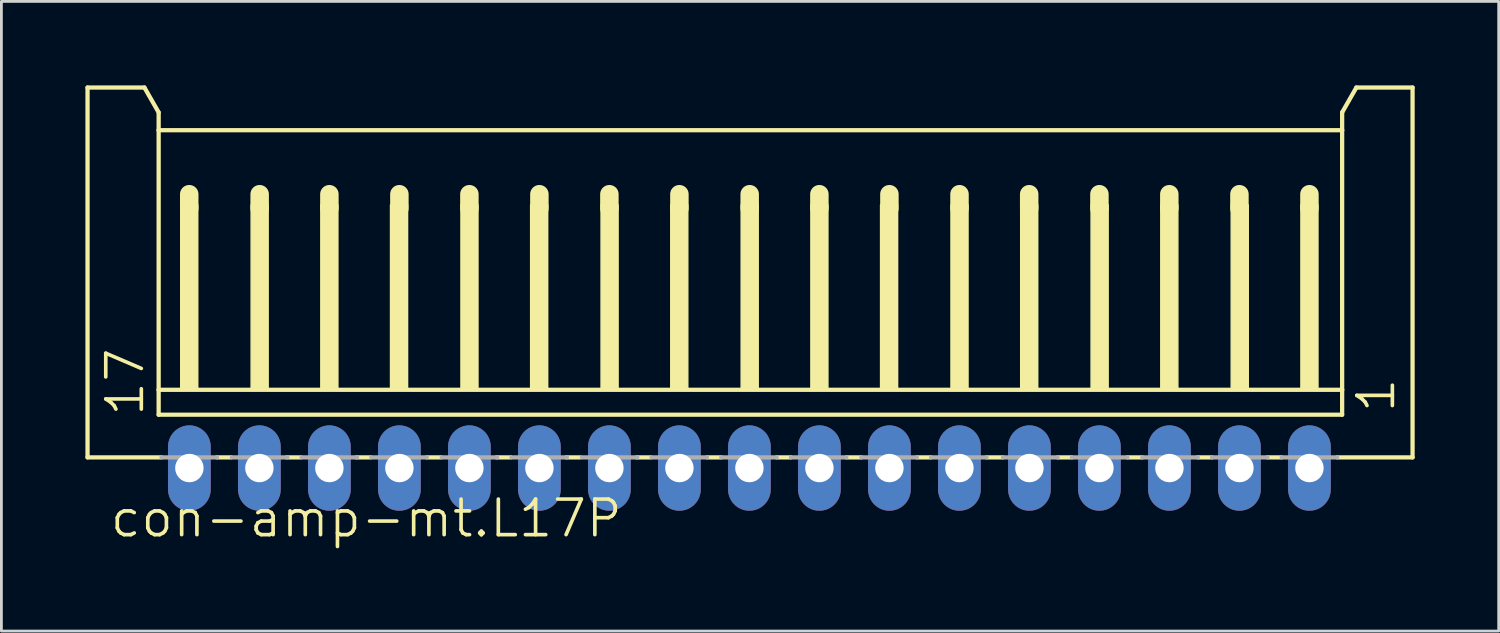
<source format=kicad_pcb>
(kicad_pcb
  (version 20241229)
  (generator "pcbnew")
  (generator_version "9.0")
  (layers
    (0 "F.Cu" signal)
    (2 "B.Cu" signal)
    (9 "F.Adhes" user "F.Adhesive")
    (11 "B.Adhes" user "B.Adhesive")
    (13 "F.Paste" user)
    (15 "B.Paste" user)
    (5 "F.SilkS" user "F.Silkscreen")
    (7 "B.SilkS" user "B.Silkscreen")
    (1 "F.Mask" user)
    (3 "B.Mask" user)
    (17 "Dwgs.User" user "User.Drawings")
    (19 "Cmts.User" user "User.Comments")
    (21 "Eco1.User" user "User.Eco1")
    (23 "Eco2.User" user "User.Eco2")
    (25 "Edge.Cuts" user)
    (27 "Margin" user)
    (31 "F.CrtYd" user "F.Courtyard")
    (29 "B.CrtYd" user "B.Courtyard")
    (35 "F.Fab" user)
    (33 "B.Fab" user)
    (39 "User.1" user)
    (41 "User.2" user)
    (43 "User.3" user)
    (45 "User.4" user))
  (footprint "con-amp-mt.L17P"
    (layer "F.Cu")
    (at 23.713 7.415)
    (property "Reference" "con-amp-mt.L17P" (at -22.901 8.79 0) (layer "F.SilkS") (effects (font (size 1.27 1.27) (thickness 0.13)) (justify left bottom)))
    (attr through_hole)
    (fp_line (start -23.637 -7.339) (end -21.605 -7.339) (stroke (width 0.152) (type default)) (layer "F.SilkS"))
    (fp_line (start -23.637 5.869) (end -23.637 -7.339) (stroke (width 0.152) (type default)) (layer "F.SilkS"))
    (fp_line (start -21.605 -7.339) (end -21.097 -6.45) (stroke (width 0.152) (type default)) (layer "F.SilkS"))
    (fp_line (start -21.097 -6.45) (end -21.097 -5.815) (stroke (width 0.152) (type default)) (layer "F.SilkS"))
    (fp_line (start -21.097 -5.815) (end -21.097 3.456) (stroke (width 0.152) (type default)) (layer "F.SilkS"))
    (fp_line (start -21.097 3.456) (end -21.097 4.345) (stroke (width 0.152) (type default)) (layer "F.SilkS"))
    (fp_line (start -20.996 5.869) (end -23.637 5.869) (stroke (width 0.152) (type default)) (layer "F.SilkS"))
    (fp_line (start -20.005 -3.529) (end -20.005 -3.021) (stroke (width 0.66) (type default)) (layer "F.SilkS"))
    (fp_line (start -18.506 5.869) (end -19.014 5.869) (stroke (width 0.152) (type default)) (layer "F.SilkS"))
    (fp_line (start -17.49 -3.529) (end -17.49 -3.021) (stroke (width 0.66) (type default)) (layer "F.SilkS"))
    (fp_line (start -16.017 5.869) (end -16.525 5.869) (stroke (width 0.152) (type default)) (layer "F.SilkS"))
    (fp_line (start -15 -3.529) (end -15 -3.021) (stroke (width 0.66) (type default)) (layer "F.SilkS"))
    (fp_line (start -13.528 5.869) (end -14.036 5.869) (stroke (width 0.152) (type default)) (layer "F.SilkS"))
    (fp_line (start -12.5 -3.529) (end -12.5 -3.021) (stroke (width 0.66) (type default)) (layer "F.SilkS"))
    (fp_line (start -11.013 5.869) (end -11.521 5.869) (stroke (width 0.152) (type default)) (layer "F.SilkS"))
    (fp_line (start -10 -3.529) (end -10 -3.021) (stroke (width 0.66) (type default)) (layer "F.SilkS"))
    (fp_line (start -8.524 5.869) (end -9.032 5.869) (stroke (width 0.152) (type default)) (layer "F.SilkS"))
    (fp_line (start -7.5 -3.529) (end -7.5 -3.021) (stroke (width 0.66) (type default)) (layer "F.SilkS"))
    (fp_line (start -6.035 5.869) (end -6.543 5.869) (stroke (width 0.152) (type default)) (layer "F.SilkS"))
    (fp_line (start -5 -3.529) (end -5 -3.021) (stroke (width 0.66) (type default)) (layer "F.SilkS"))
    (fp_line (start -3.52 5.869) (end -4.028 5.869) (stroke (width 0.152) (type default)) (layer "F.SilkS"))
    (fp_line (start -2.5 -3.529) (end -2.5 -3.021) (stroke (width 0.66) (type default)) (layer "F.SilkS"))
    (fp_line (start -1.006 5.869) (end -1.514 5.869) (stroke (width 0.152) (type default)) (layer "F.SilkS"))
    (fp_line (start 0.01 -3.529) (end 0.01 -3.021) (stroke (width 0.66) (type default)) (layer "F.SilkS"))
    (fp_line (start 1.483 5.869) (end 0.975 5.869) (stroke (width 0.152) (type default)) (layer "F.SilkS"))
    (fp_line (start 2.499 -3.529) (end 2.499 -3.021) (stroke (width 0.66) (type default)) (layer "F.SilkS"))
    (fp_line (start 3.998 5.869) (end 3.465 5.869) (stroke (width 0.152) (type default)) (layer "F.SilkS"))
    (fp_line (start 5 -3.529) (end 5 -3.021) (stroke (width 0.66) (type default)) (layer "F.SilkS"))
    (fp_line (start 6.487 5.869) (end 5.979 5.869) (stroke (width 0.152) (type default)) (layer "F.SilkS"))
    (fp_line (start 7.503 -3.529) (end 7.503 -3.021) (stroke (width 0.66) (type default)) (layer "F.SilkS"))
    (fp_line (start 9.053 5.869) (end 8.468 5.869) (stroke (width 0.152) (type default)) (layer "F.SilkS"))
    (fp_line (start 9.992 -3.529) (end 9.992 -3.021) (stroke (width 0.66) (type default)) (layer "F.SilkS"))
    (fp_line (start 11.516 5.869) (end 11.008 5.869) (stroke (width 0.152) (type default)) (layer "F.SilkS"))
    (fp_line (start 12.5 -3.529) (end 12.5 -3.021) (stroke (width 0.66) (type default)) (layer "F.SilkS"))
    (fp_line (start 14.031 5.869) (end 13.498 5.869) (stroke (width 0.152) (type default)) (layer "F.SilkS"))
    (fp_line (start 14.996 -3.529) (end 14.996 -3.021) (stroke (width 0.66) (type default)) (layer "F.SilkS"))
    (fp_line (start 16.52 5.869) (end 16.012 5.869) (stroke (width 0.152) (type default)) (layer "F.SilkS"))
    (fp_line (start 17.5 -3.529) (end 17.5 -3.021) (stroke (width 0.66) (type default)) (layer "F.SilkS"))
    (fp_line (start 19.009 5.869) (end 18.501 5.869) (stroke (width 0.152) (type default)) (layer "F.SilkS"))
    (fp_line (start 20 -3.529) (end 20 -3.021) (stroke (width 0.66) (type default)) (layer "F.SilkS"))
    (fp_line (start 21.168 -6.45) (end 21.168 -5.815) (stroke (width 0.152) (type default)) (layer "F.SilkS"))
    (fp_line (start 21.168 -6.45) (end 21.676 -7.339) (stroke (width 0.152) (type default)) (layer "F.SilkS"))
    (fp_line (start 21.168 -5.815) (end -21.097 -5.815) (stroke (width 0.152) (type default)) (layer "F.SilkS"))
    (fp_line (start 21.168 -5.815) (end 21.168 3.456) (stroke (width 0.152) (type default)) (layer "F.SilkS"))
    (fp_line (start 21.168 3.456) (end -21.097 3.456) (stroke (width 0.152) (type default)) (layer "F.SilkS"))
    (fp_line (start 21.168 3.456) (end 21.168 4.345) (stroke (width 0.152) (type default)) (layer "F.SilkS"))
    (fp_line (start 21.168 4.345) (end -21.097 4.345) (stroke (width 0.152) (type default)) (layer "F.SilkS"))
    (fp_line (start 23.683 -7.339) (end 21.676 -7.339) (stroke (width 0.152) (type default)) (layer "F.SilkS"))
    (fp_line (start 23.683 5.869) (end 20.991 5.869) (stroke (width 0.152) (type default)) (layer "F.SilkS"))
    (fp_line (start 23.683 5.869) (end 23.683 -7.339) (stroke (width 0.152) (type default)) (layer "F.SilkS"))
    (fp_rect (start -20.31 3.456) (end -19.7 -3.148) (stroke (width 0.05) (type default)) (fill yes) (layer "F.SilkS"))
    (fp_rect (start -17.795 3.456) (end -17.186 -3.148) (stroke (width 0.05) (type default)) (fill yes) (layer "F.SilkS"))
    (fp_rect (start -15.306 3.456) (end -14.696 -3.148) (stroke (width 0.05) (type default)) (fill yes) (layer "F.SilkS"))
    (fp_rect (start -12.817 3.456) (end -12.207 -3.148) (stroke (width 0.05) (type default)) (fill yes) (layer "F.SilkS"))
    (fp_rect (start -10.302 3.456) (end -9.693 -3.148) (stroke (width 0.05) (type default)) (fill yes) (layer "F.SilkS"))
    (fp_rect (start -7.813 3.456) (end -7.203 -3.148) (stroke (width 0.05) (type default)) (fill yes) (layer "F.SilkS"))
    (fp_rect (start -5.298 3.456) (end -4.689 -3.148) (stroke (width 0.05) (type default)) (fill yes) (layer "F.SilkS"))
    (fp_rect (start -2.809 3.456) (end -2.2 -3.148) (stroke (width 0.05) (type default)) (fill yes) (layer "F.SilkS"))
    (fp_rect (start -0.295 3.456) (end 0.315 -3.148) (stroke (width 0.05) (type default)) (fill yes) (layer "F.SilkS"))
    (fp_rect (start 2.195 3.456) (end 2.804 -3.148) (stroke (width 0.05) (type default)) (fill yes) (layer "F.SilkS"))
    (fp_rect (start 4.684 3.456) (end 5.293 -3.148) (stroke (width 0.05) (type default)) (fill yes) (layer "F.SilkS"))
    (fp_rect (start 7.198 3.456) (end 7.808 -3.148) (stroke (width 0.05) (type default)) (fill yes) (layer "F.SilkS"))
    (fp_rect (start 9.688 3.456) (end 10.297 -3.148) (stroke (width 0.05) (type default)) (fill yes) (layer "F.SilkS"))
    (fp_rect (start 12.202 3.456) (end 12.812 -3.148) (stroke (width 0.05) (type default)) (fill yes) (layer "F.SilkS"))
    (fp_rect (start 14.691 3.456) (end 15.301 -3.148) (stroke (width 0.05) (type default)) (fill yes) (layer "F.SilkS"))
    (fp_rect (start 17.206 3.456) (end 17.816 -3.148) (stroke (width 0.05) (type default)) (fill yes) (layer "F.SilkS"))
    (fp_rect (start 19.695 3.456) (end 20.305 -3.148) (stroke (width 0.05) (type default)) (fill yes) (layer "F.SilkS"))
    (fp_line (start -20.996 5.869) (end -19.014 5.869) (stroke (width 0.152) (type default)) (layer "F.Fab"))
    (fp_line (start -18.481 5.869) (end -16.5 5.869) (stroke (width 0.152) (type default)) (layer "F.Fab"))
    (fp_line (start -15.992 5.869) (end -14.011 5.869) (stroke (width 0.152) (type default)) (layer "F.Fab"))
    (fp_line (start -13.503 5.869) (end -11.521 5.869) (stroke (width 0.152) (type default)) (layer "F.Fab"))
    (fp_line (start -10.988 5.869) (end -9.007 5.869) (stroke (width 0.152) (type default)) (layer "F.Fab"))
    (fp_line (start -8.499 5.869) (end -6.518 5.869) (stroke (width 0.152) (type default)) (layer "F.Fab"))
    (fp_line (start -5.984 5.869) (end -4.003 5.869) (stroke (width 0.152) (type default)) (layer "F.Fab"))
    (fp_line (start -3.495 5.869) (end -1.514 5.869) (stroke (width 0.152) (type default)) (layer "F.Fab"))
    (fp_line (start -1.006 5.869) (end 0.975 5.869) (stroke (width 0.152) (type default)) (layer "F.Fab"))
    (fp_line (start 1.483 5.869) (end 3.465 5.869) (stroke (width 0.152) (type default)) (layer "F.Fab"))
    (fp_line (start 3.998 5.869) (end 5.979 5.869) (stroke (width 0.152) (type default)) (layer "F.Fab"))
    (fp_line (start 6.487 5.869) (end 8.468 5.869) (stroke (width 0.152) (type default)) (layer "F.Fab"))
    (fp_line (start 9.053 5.869) (end 11.008 5.869) (stroke (width 0.152) (type default)) (layer "F.Fab"))
    (fp_line (start 11.516 5.869) (end 13.498 5.869) (stroke (width 0.152) (type default)) (layer "F.Fab"))
    (fp_line (start 14.031 5.869) (end 16.012 5.869) (stroke (width 0.152) (type default)) (layer "F.Fab"))
    (fp_line (start 16.52 5.869) (end 18.501 5.869) (stroke (width 0.152) (type default)) (layer "F.Fab"))
    (fp_line (start 19.009 5.869) (end 20.991 5.869) (stroke (width 0.152) (type default)) (layer "F.Fab"))
    (fp_rect (start -20.31 6.504) (end -19.7 5.869) (stroke (width 0.05) (type default)) (fill no) (layer "F.Fab"))
    (fp_rect (start -17.795 6.504) (end -17.186 5.869) (stroke (width 0.05) (type default)) (fill no) (layer "F.Fab"))
    (fp_rect (start -15.306 6.504) (end -14.696 5.869) (stroke (width 0.05) (type default)) (fill no) (layer "F.Fab"))
    (fp_rect (start -12.817 6.504) (end -12.207 5.869) (stroke (width 0.05) (type default)) (fill no) (layer "F.Fab"))
    (fp_rect (start -10.302 6.504) (end -9.693 5.869) (stroke (width 0.05) (type default)) (fill no) (layer "F.Fab"))
    (fp_rect (start -7.813 6.504) (end -7.203 5.869) (stroke (width 0.05) (type default)) (fill no) (layer "F.Fab"))
    (fp_rect (start -5.298 6.504) (end -4.689 5.869) (stroke (width 0.05) (type default)) (fill no) (layer "F.Fab"))
    (fp_rect (start -2.809 6.504) (end -2.2 5.869) (stroke (width 0.05) (type default)) (fill no) (layer "F.Fab"))
    (fp_rect (start -0.295 6.504) (end 0.315 5.869) (stroke (width 0.05) (type default)) (fill no) (layer "F.Fab"))
    (fp_rect (start 2.195 6.504) (end 2.804 5.869) (stroke (width 0.05) (type default)) (fill no) (layer "F.Fab"))
    (fp_rect (start 4.684 6.504) (end 5.293 5.869) (stroke (width 0.05) (type default)) (fill no) (layer "F.Fab"))
    (fp_rect (start 7.198 6.504) (end 7.808 5.869) (stroke (width 0.05) (type default)) (fill no) (layer "F.Fab"))
    (fp_rect (start 9.688 6.504) (end 10.297 5.869) (stroke (width 0.05) (type default)) (fill no) (layer "F.Fab"))
    (fp_rect (start 12.202 6.504) (end 12.812 5.869) (stroke (width 0.05) (type default)) (fill no) (layer "F.Fab"))
    (fp_rect (start 14.691 6.504) (end 15.301 5.869) (stroke (width 0.05) (type default)) (fill no) (layer "F.Fab"))
    (fp_rect (start 17.206 6.504) (end 17.816 5.869) (stroke (width 0.05) (type default)) (fill no) (layer "F.Fab"))
    (fp_rect (start 19.695 6.504) (end 20.305 5.869) (stroke (width 0.05) (type default)) (fill no) (layer "F.Fab"))
    (fp_text user "17" (at -21.554 4.472 90) (layer "F.SilkS") (effects (font (size 1.27 1.27) (thickness 0.13)) (justify left bottom)))
    (fp_text user "1" (at 23.124 4.345 90) (layer "F.SilkS") (effects (font (size 1.27 1.27) (thickness 0.13)) (justify left bottom)))
    (pad "1" thru_hole oval (at 20 6.25 90) (size 3.048 1.524) (drill 1.016) (layers "*.Cu" "*.Mask"))
    (pad "2" thru_hole oval (at 17.5 6.25 90) (size 3.048 1.524) (drill 1.016) (layers "*.Cu" "*.Mask"))
    (pad "3" thru_hole oval (at 15 6.25 90) (size 3.048 1.524) (drill 1.016) (layers "*.Cu" "*.Mask"))
    (pad "4" thru_hole oval (at 12.5 6.25 90) (size 3.048 1.524) (drill 1.016) (layers "*.Cu" "*.Mask"))
    (pad "5" thru_hole oval (at 10 6.25 90) (size 3.048 1.524) (drill 1.016) (layers "*.Cu" "*.Mask"))
    (pad "6" thru_hole oval (at 7.5 6.25 90) (size 3.048 1.524) (drill 1.016) (layers "*.Cu" "*.Mask"))
    (pad "7" thru_hole oval (at 5 6.25 90) (size 3.048 1.524) (drill 1.016) (layers "*.Cu" "*.Mask"))
    (pad "8" thru_hole oval (at 2.5 6.25 90) (size 3.048 1.524) (drill 1.016) (layers "*.Cu" "*.Mask"))
    (pad "9" thru_hole oval (at 0 6.25 90) (size 3.048 1.524) (drill 1.016) (layers "*.Cu" "*.Mask"))
    (pad "10" thru_hole oval (at -2.5 6.25 90) (size 3.048 1.524) (drill 1.016) (layers "*.Cu" "*.Mask"))
    (pad "11" thru_hole oval (at -5 6.25 90) (size 3.048 1.524) (drill 1.016) (layers "*.Cu" "*.Mask"))
    (pad "12" thru_hole oval (at -7.5 6.25 90) (size 3.048 1.524) (drill 1.016) (layers "*.Cu" "*.Mask"))
    (pad "13" thru_hole oval (at -10 6.25 90) (size 3.048 1.524) (drill 1.016) (layers "*.Cu" "*.Mask"))
    (pad "14" thru_hole oval (at -12.5 6.25 90) (size 3.048 1.524) (drill 1.016) (layers "*.Cu" "*.Mask"))
    (pad "15" thru_hole oval (at -15 6.25 90) (size 3.048 1.524) (drill 1.016) (layers "*.Cu" "*.Mask"))
    (pad "16" thru_hole oval (at -17.5 6.25 90) (size 3.048 1.524) (drill 1.016) (layers "*.Cu" "*.Mask"))
    (pad "17" thru_hole oval (at -20 6.25 90) (size 3.048 1.524) (drill 1.016) (layers "*.Cu" "*.Mask")))
  (gr_rect
    (start -3 -3)
    (end 50.472 19.487)
    (stroke (width 0.1) (type default))
    (fill no)
    (layer "Edge.Cuts")))
</source>
